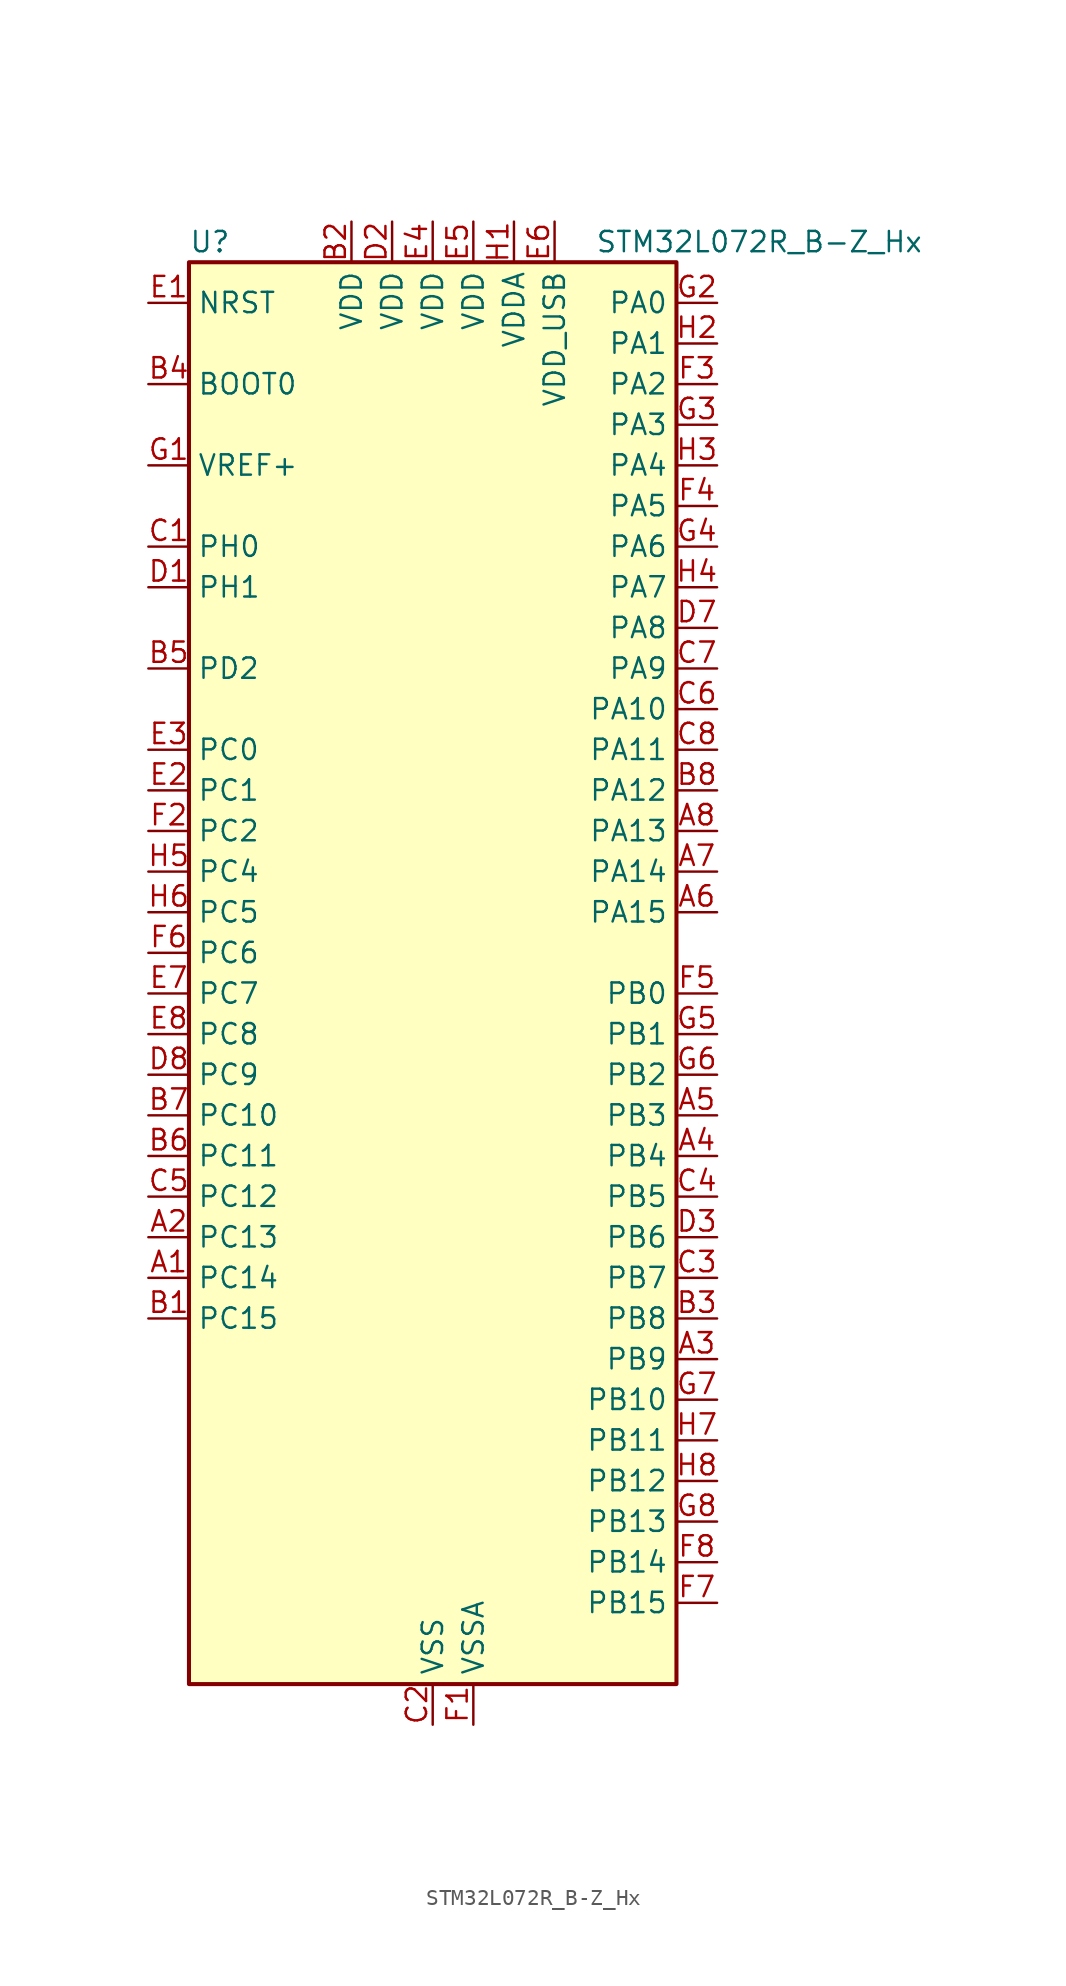
<source format=kicad_sym>
(kicad_symbol_lib
  (version 20231120)
  (generator "kicad_symbol_editor")
  (generator_version "8.0")
  (symbol "STM32L072R_B-Z_Hx"
    (property "Reference" "U"
      (at -15.24 46.99 0)
      (effects (font (size 1.27 1.27)) (justify left)))
    (property "Value" "STM32L072R_B-Z_Hx"
      (at 10.16 46.99 0)
      (effects (font (size 1.27 1.27)) (justify left)))
    (property "ki_locked" ""
      (at 0 0 0)
      (effects (font (size 1.27 1.27))))
    (symbol "STM32L072R_B-Z_Hx_0_1"
      (rectangle (start -15.24 -43.18) (end 15.24 45.72) (stroke (width 0.254) (type default)) (fill (type background))))
    (symbol "STM32L072R_B-Z_Hx_1_1"
      (pin bidirectional line (at -17.78 -17.78 0) (length 2.54) (name "PC14" (effects (font (size 1.27 1.27)))) (number "A1" (effects (font (size 1.27 1.27)))) (alternate "RCC_OSC32_IN" bidirectional line))
      (pin bidirectional line (at -17.78 -15.24 0) (length 2.54) (name "PC13" (effects (font (size 1.27 1.27)))) (number "A2" (effects (font (size 1.27 1.27)))) (alternate "RTC_OUT_ALARM" bidirectional line) (alternate "RTC_OUT_CALIB" bidirectional line) (alternate "RTC_TAMP1" bidirectional line) (alternate "RTC_TS" bidirectional line) (alternate "SYS_WKUP2" bidirectional line))
      (pin bidirectional line (at 17.78 -22.86 180) (length 2.54) (name "PB9" (effects (font (size 1.27 1.27)))) (number "A3" (effects (font (size 1.27 1.27)))) (alternate "DAC_EXTI9" bidirectional line) (alternate "I2C1_SDA" bidirectional line) (alternate "I2S2_WS" bidirectional line) (alternate "SPI2_NSS" bidirectional line))
      (pin bidirectional line (at 17.78 -10.16 180) (length 2.54) (name "PB4" (effects (font (size 1.27 1.27)))) (number "A4" (effects (font (size 1.27 1.27)))) (alternate "COMP2_INP" bidirectional line) (alternate "I2C3_SDA" bidirectional line) (alternate "SPI1_MISO" bidirectional line) (alternate "TIM22_CH1" bidirectional line) (alternate "TIM3_CH1" bidirectional line) (alternate "TSC_G5_IO2" bidirectional line) (alternate "USART1_CTS" bidirectional line) (alternate "USART5_RX" bidirectional line))
      (pin bidirectional line (at 17.78 -7.62 180) (length 2.54) (name "PB3" (effects (font (size 1.27 1.27)))) (number "A5" (effects (font (size 1.27 1.27)))) (alternate "COMP2_INM" bidirectional line) (alternate "SPI1_SCK" bidirectional line) (alternate "TIM2_CH2" bidirectional line) (alternate "TSC_G5_IO1" bidirectional line) (alternate "USART1_DE" bidirectional line) (alternate "USART1_RTS" bidirectional line) (alternate "USART5_TX" bidirectional line))
      (pin bidirectional line (at 17.78 5.08 180) (length 2.54) (name "PA15" (effects (font (size 1.27 1.27)))) (number "A6" (effects (font (size 1.27 1.27)))) (alternate "SPI1_NSS" bidirectional line) (alternate "TIM2_CH1" bidirectional line) (alternate "TIM2_ETR" bidirectional line) (alternate "USART2_RX" bidirectional line) (alternate "USART4_DE" bidirectional line) (alternate "USART4_RTS" bidirectional line))
      (pin bidirectional line (at 17.78 7.62 180) (length 2.54) (name "PA14" (effects (font (size 1.27 1.27)))) (number "A7" (effects (font (size 1.27 1.27)))) (alternate "LPUART1_TX" bidirectional line) (alternate "SYS_SWCLK" bidirectional line) (alternate "USART2_TX" bidirectional line))
      (pin bidirectional line (at 17.78 10.16 180) (length 2.54) (name "PA13" (effects (font (size 1.27 1.27)))) (number "A8" (effects (font (size 1.27 1.27)))) (alternate "LPUART1_RX" bidirectional line) (alternate "SYS_SWDIO" bidirectional line) (alternate "USB_NOE" bidirectional line))
      (pin bidirectional line (at -17.78 -20.32 0) (length 2.54) (name "PC15" (effects (font (size 1.27 1.27)))) (number "B1" (effects (font (size 1.27 1.27)))) (alternate "RCC_OSC32_OUT" bidirectional line))
      (pin power_in line (at -5.08 48.26 270) (length 2.54) (name "VDD" (effects (font (size 1.27 1.27)))) (number "B2" (effects (font (size 1.27 1.27)))))
      (pin bidirectional line (at 17.78 -20.32 180) (length 2.54) (name "PB8" (effects (font (size 1.27 1.27)))) (number "B3" (effects (font (size 1.27 1.27)))) (alternate "I2C1_SCL" bidirectional line) (alternate "TSC_SYNC" bidirectional line))
      (pin input line (at -17.78 38.1 0) (length 2.54) (name "BOOT0" (effects (font (size 1.27 1.27)))) (number "B4" (effects (font (size 1.27 1.27)))))
      (pin bidirectional line (at -17.78 20.32 0) (length 2.54) (name "PD2" (effects (font (size 1.27 1.27)))) (number "B5" (effects (font (size 1.27 1.27)))) (alternate "LPUART1_DE" bidirectional line) (alternate "LPUART1_RTS" bidirectional line) (alternate "TIM3_ETR" bidirectional line) (alternate "USART5_RX" bidirectional line))
      (pin bidirectional line (at -17.78 -10.16 0) (length 2.54) (name "PC11" (effects (font (size 1.27 1.27)))) (number "B6" (effects (font (size 1.27 1.27)))) (alternate "ADC_EXTI11" bidirectional line) (alternate "LPUART1_RX" bidirectional line) (alternate "USART4_RX" bidirectional line))
      (pin bidirectional line (at -17.78 -7.62 0) (length 2.54) (name "PC10" (effects (font (size 1.27 1.27)))) (number "B7" (effects (font (size 1.27 1.27)))) (alternate "LPUART1_TX" bidirectional line) (alternate "USART4_TX" bidirectional line))
      (pin bidirectional line (at 17.78 12.7 180) (length 2.54) (name "PA12" (effects (font (size 1.27 1.27)))) (number "B8" (effects (font (size 1.27 1.27)))) (alternate "COMP2_OUT" bidirectional line) (alternate "SPI1_MOSI" bidirectional line) (alternate "TSC_G4_IO4" bidirectional line) (alternate "USART1_DE" bidirectional line) (alternate "USART1_RTS" bidirectional line) (alternate "USB_DP" bidirectional line))
      (pin bidirectional line (at -17.78 27.94 0) (length 2.54) (name "PH0" (effects (font (size 1.27 1.27)))) (number "C1" (effects (font (size 1.27 1.27)))) (alternate "CRS_SYNC" bidirectional line) (alternate "RCC_OSC_IN" bidirectional line))
      (pin power_in line (at 0 -45.72 90) (length 2.54) (name "VSS" (effects (font (size 1.27 1.27)))) (number "C2" (effects (font (size 1.27 1.27)))))
      (pin bidirectional line (at 17.78 -17.78 180) (length 2.54) (name "PB7" (effects (font (size 1.27 1.27)))) (number "C3" (effects (font (size 1.27 1.27)))) (alternate "COMP2_INP" bidirectional line) (alternate "I2C1_SDA" bidirectional line) (alternate "LPTIM1_IN2" bidirectional line) (alternate "SYS_PVD_IN" bidirectional line) (alternate "TSC_G5_IO4" bidirectional line) (alternate "USART1_RX" bidirectional line) (alternate "USART4_CTS" bidirectional line))
      (pin bidirectional line (at 17.78 -12.7 180) (length 2.54) (name "PB5" (effects (font (size 1.27 1.27)))) (number "C4" (effects (font (size 1.27 1.27)))) (alternate "COMP2_INP" bidirectional line) (alternate "I2C1_SMBA" bidirectional line) (alternate "LPTIM1_IN1" bidirectional line) (alternate "SPI1_MOSI" bidirectional line) (alternate "TIM22_CH2" bidirectional line) (alternate "TIM3_CH2" bidirectional line) (alternate "USART1_CK" bidirectional line) (alternate "USART5_CK" bidirectional line) (alternate "USART5_DE" bidirectional line) (alternate "USART5_RTS" bidirectional line))
      (pin bidirectional line (at -17.78 -12.7 0) (length 2.54) (name "PC12" (effects (font (size 1.27 1.27)))) (number "C5" (effects (font (size 1.27 1.27)))) (alternate "USART4_CK" bidirectional line) (alternate "USART5_TX" bidirectional line))
      (pin bidirectional line (at 17.78 17.78 180) (length 2.54) (name "PA10" (effects (font (size 1.27 1.27)))) (number "C6" (effects (font (size 1.27 1.27)))) (alternate "I2C1_SDA" bidirectional line) (alternate "TSC_G4_IO2" bidirectional line) (alternate "USART1_RX" bidirectional line))
      (pin bidirectional line (at 17.78 20.32 180) (length 2.54) (name "PA9" (effects (font (size 1.27 1.27)))) (number "C7" (effects (font (size 1.27 1.27)))) (alternate "DAC_EXTI9" bidirectional line) (alternate "I2C1_SCL" bidirectional line) (alternate "I2C3_SMBA" bidirectional line) (alternate "RCC_MCO" bidirectional line) (alternate "TSC_G4_IO1" bidirectional line) (alternate "USART1_TX" bidirectional line))
      (pin bidirectional line (at 17.78 15.24 180) (length 2.54) (name "PA11" (effects (font (size 1.27 1.27)))) (number "C8" (effects (font (size 1.27 1.27)))) (alternate "ADC_EXTI11" bidirectional line) (alternate "COMP1_OUT" bidirectional line) (alternate "SPI1_MISO" bidirectional line) (alternate "TSC_G4_IO3" bidirectional line) (alternate "USART1_CTS" bidirectional line) (alternate "USB_DM" bidirectional line))
      (pin bidirectional line (at -17.78 25.4 0) (length 2.54) (name "PH1" (effects (font (size 1.27 1.27)))) (number "D1" (effects (font (size 1.27 1.27)))) (alternate "RCC_OSC_OUT" bidirectional line))
      (pin power_in line (at -2.54 48.26 270) (length 2.54) (name "VDD" (effects (font (size 1.27 1.27)))) (number "D2" (effects (font (size 1.27 1.27)))))
      (pin bidirectional line (at 17.78 -15.24 180) (length 2.54) (name "PB6" (effects (font (size 1.27 1.27)))) (number "D3" (effects (font (size 1.27 1.27)))) (alternate "COMP2_INP" bidirectional line) (alternate "I2C1_SCL" bidirectional line) (alternate "LPTIM1_ETR" bidirectional line) (alternate "TSC_G5_IO3" bidirectional line) (alternate "USART1_TX" bidirectional line))
      (pin passive line (at 0 -45.72 90) (length 2.54) hide (name "VSS" (effects (font (size 1.27 1.27)))) (number "D4" (effects (font (size 1.27 1.27)))))
      (pin passive line (at 0 -45.72 90) (length 2.54) hide (name "VSS" (effects (font (size 1.27 1.27)))) (number "D5" (effects (font (size 1.27 1.27)))))
      (pin passive line (at 0 -45.72 90) (length 2.54) hide (name "VSS" (effects (font (size 1.27 1.27)))) (number "D6" (effects (font (size 1.27 1.27)))))
      (pin bidirectional line (at 17.78 22.86 180) (length 2.54) (name "PA8" (effects (font (size 1.27 1.27)))) (number "D7" (effects (font (size 1.27 1.27)))) (alternate "CRS_SYNC" bidirectional line) (alternate "I2C3_SCL" bidirectional line) (alternate "RCC_MCO" bidirectional line) (alternate "USART1_CK" bidirectional line))
      (pin bidirectional line (at -17.78 -5.08 0) (length 2.54) (name "PC9" (effects (font (size 1.27 1.27)))) (number "D8" (effects (font (size 1.27 1.27)))) (alternate "DAC_EXTI9" bidirectional line) (alternate "I2C3_SDA" bidirectional line) (alternate "TIM21_ETR" bidirectional line) (alternate "TIM3_CH4" bidirectional line) (alternate "TSC_G8_IO4" bidirectional line) (alternate "USB_NOE" bidirectional line))
      (pin input line (at -17.78 43.18 0) (length 2.54) (name "NRST" (effects (font (size 1.27 1.27)))) (number "E1" (effects (font (size 1.27 1.27)))))
      (pin bidirectional line (at -17.78 12.7 0) (length 2.54) (name "PC1" (effects (font (size 1.27 1.27)))) (number "E2" (effects (font (size 1.27 1.27)))) (alternate "ADC_IN11" bidirectional line) (alternate "I2C3_SDA" bidirectional line) (alternate "LPTIM1_OUT" bidirectional line) (alternate "LPUART1_TX" bidirectional line) (alternate "TSC_G7_IO2" bidirectional line))
      (pin bidirectional line (at -17.78 15.24 0) (length 2.54) (name "PC0" (effects (font (size 1.27 1.27)))) (number "E3" (effects (font (size 1.27 1.27)))) (alternate "ADC_IN10" bidirectional line) (alternate "I2C3_SCL" bidirectional line) (alternate "LPTIM1_IN1" bidirectional line) (alternate "LPUART1_RX" bidirectional line) (alternate "TSC_G7_IO1" bidirectional line))
      (pin power_in line (at 0 48.26 270) (length 2.54) (name "VDD" (effects (font (size 1.27 1.27)))) (number "E4" (effects (font (size 1.27 1.27)))))
      (pin power_in line (at 2.54 48.26 270) (length 2.54) (name "VDD" (effects (font (size 1.27 1.27)))) (number "E5" (effects (font (size 1.27 1.27)))))
      (pin power_in line (at 7.62 48.26 270) (length 2.54) (name "VDD_USB" (effects (font (size 1.27 1.27)))) (number "E6" (effects (font (size 1.27 1.27)))))
      (pin bidirectional line (at -17.78 0 0) (length 2.54) (name "PC7" (effects (font (size 1.27 1.27)))) (number "E7" (effects (font (size 1.27 1.27)))) (alternate "TIM22_CH2" bidirectional line) (alternate "TIM3_CH2" bidirectional line) (alternate "TSC_G8_IO2" bidirectional line))
      (pin bidirectional line (at -17.78 -2.54 0) (length 2.54) (name "PC8" (effects (font (size 1.27 1.27)))) (number "E8" (effects (font (size 1.27 1.27)))) (alternate "TIM22_ETR" bidirectional line) (alternate "TIM3_CH3" bidirectional line) (alternate "TSC_G8_IO3" bidirectional line))
      (pin power_in line (at 2.54 -45.72 90) (length 2.54) (name "VSSA" (effects (font (size 1.27 1.27)))) (number "F1" (effects (font (size 1.27 1.27)))))
      (pin bidirectional line (at -17.78 10.16 0) (length 2.54) (name "PC2" (effects (font (size 1.27 1.27)))) (number "F2" (effects (font (size 1.27 1.27)))) (alternate "ADC_IN12" bidirectional line) (alternate "I2S2_MCK" bidirectional line) (alternate "LPTIM1_IN2" bidirectional line) (alternate "SPI2_MISO" bidirectional line) (alternate "TSC_G7_IO3" bidirectional line))
      (pin bidirectional line (at 17.78 38.1 180) (length 2.54) (name "PA2" (effects (font (size 1.27 1.27)))) (number "F3" (effects (font (size 1.27 1.27)))) (alternate "ADC_IN2" bidirectional line) (alternate "COMP2_INM" bidirectional line) (alternate "COMP2_OUT" bidirectional line) (alternate "LPUART1_TX" bidirectional line) (alternate "TIM21_CH1" bidirectional line) (alternate "TIM2_CH3" bidirectional line) (alternate "TSC_G1_IO3" bidirectional line) (alternate "USART2_TX" bidirectional line))
      (pin bidirectional line (at 17.78 30.48 180) (length 2.54) (name "PA5" (effects (font (size 1.27 1.27)))) (number "F4" (effects (font (size 1.27 1.27)))) (alternate "ADC_IN5" bidirectional line) (alternate "COMP1_INM" bidirectional line) (alternate "COMP2_INM" bidirectional line) (alternate "DAC_OUT2" bidirectional line) (alternate "SPI1_SCK" bidirectional line) (alternate "TIM2_CH1" bidirectional line) (alternate "TIM2_ETR" bidirectional line) (alternate "TSC_G2_IO2" bidirectional line))
      (pin bidirectional line (at 17.78 0 180) (length 2.54) (name "PB0" (effects (font (size 1.27 1.27)))) (number "F5" (effects (font (size 1.27 1.27)))) (alternate "ADC_IN8" bidirectional line) (alternate "SYS_VREF_OUT_PB0" bidirectional line) (alternate "TIM3_CH3" bidirectional line) (alternate "TSC_G3_IO2" bidirectional line))
      (pin bidirectional line (at -17.78 2.54 0) (length 2.54) (name "PC6" (effects (font (size 1.27 1.27)))) (number "F6" (effects (font (size 1.27 1.27)))) (alternate "TIM22_CH1" bidirectional line) (alternate "TIM3_CH1" bidirectional line) (alternate "TSC_G8_IO1" bidirectional line))
      (pin bidirectional line (at 17.78 -38.1 180) (length 2.54) (name "PB15" (effects (font (size 1.27 1.27)))) (number "F7" (effects (font (size 1.27 1.27)))) (alternate "I2S2_SD" bidirectional line) (alternate "RTC_REFIN" bidirectional line) (alternate "SPI2_MOSI" bidirectional line))
      (pin bidirectional line (at 17.78 -35.56 180) (length 2.54) (name "PB14" (effects (font (size 1.27 1.27)))) (number "F8" (effects (font (size 1.27 1.27)))) (alternate "I2C2_SDA" bidirectional line) (alternate "I2S2_MCK" bidirectional line) (alternate "LPUART1_DE" bidirectional line) (alternate "LPUART1_RTS" bidirectional line) (alternate "RTC_OUT_ALARM" bidirectional line) (alternate "RTC_OUT_CALIB" bidirectional line) (alternate "SPI2_MISO" bidirectional line) (alternate "TIM21_CH2" bidirectional line) (alternate "TSC_G6_IO4" bidirectional line))
      (pin input line (at -17.78 33.02 0) (length 2.54) (name "VREF+" (effects (font (size 1.27 1.27)))) (number "G1" (effects (font (size 1.27 1.27)))))
      (pin bidirectional line (at 17.78 43.18 180) (length 2.54) (name "PA0" (effects (font (size 1.27 1.27)))) (number "G2" (effects (font (size 1.27 1.27)))) (alternate "ADC_IN0" bidirectional line) (alternate "COMP1_INM" bidirectional line) (alternate "COMP1_OUT" bidirectional line) (alternate "RTC_TAMP2" bidirectional line) (alternate "SYS_WKUP1" bidirectional line) (alternate "TIM2_CH1" bidirectional line) (alternate "TIM2_ETR" bidirectional line) (alternate "TSC_G1_IO1" bidirectional line) (alternate "USART2_CTS" bidirectional line) (alternate "USART4_TX" bidirectional line))
      (pin bidirectional line (at 17.78 35.56 180) (length 2.54) (name "PA3" (effects (font (size 1.27 1.27)))) (number "G3" (effects (font (size 1.27 1.27)))) (alternate "ADC_IN3" bidirectional line) (alternate "COMP2_INP" bidirectional line) (alternate "LPUART1_RX" bidirectional line) (alternate "TIM21_CH2" bidirectional line) (alternate "TIM2_CH4" bidirectional line) (alternate "TSC_G1_IO4" bidirectional line) (alternate "USART2_RX" bidirectional line))
      (pin bidirectional line (at 17.78 27.94 180) (length 2.54) (name "PA6" (effects (font (size 1.27 1.27)))) (number "G4" (effects (font (size 1.27 1.27)))) (alternate "ADC_IN6" bidirectional line) (alternate "COMP1_OUT" bidirectional line) (alternate "LPUART1_CTS" bidirectional line) (alternate "SPI1_MISO" bidirectional line) (alternate "TIM22_CH1" bidirectional line) (alternate "TIM3_CH1" bidirectional line) (alternate "TSC_G2_IO3" bidirectional line))
      (pin bidirectional line (at 17.78 -2.54 180) (length 2.54) (name "PB1" (effects (font (size 1.27 1.27)))) (number "G5" (effects (font (size 1.27 1.27)))) (alternate "ADC_IN9" bidirectional line) (alternate "LPUART1_DE" bidirectional line) (alternate "LPUART1_RTS" bidirectional line) (alternate "SYS_VREF_OUT_PB1" bidirectional line) (alternate "TIM3_CH4" bidirectional line) (alternate "TSC_G3_IO3" bidirectional line))
      (pin bidirectional line (at 17.78 -5.08 180) (length 2.54) (name "PB2" (effects (font (size 1.27 1.27)))) (number "G6" (effects (font (size 1.27 1.27)))) (alternate "I2C3_SMBA" bidirectional line) (alternate "LPTIM1_OUT" bidirectional line) (alternate "TSC_G3_IO4" bidirectional line))
      (pin bidirectional line (at 17.78 -25.4 180) (length 2.54) (name "PB10" (effects (font (size 1.27 1.27)))) (number "G7" (effects (font (size 1.27 1.27)))) (alternate "I2C2_SCL" bidirectional line) (alternate "LPUART1_RX" bidirectional line) (alternate "LPUART1_TX" bidirectional line) (alternate "SPI2_SCK" bidirectional line) (alternate "TIM2_CH3" bidirectional line) (alternate "TSC_SYNC" bidirectional line))
      (pin bidirectional line (at 17.78 -33.02 180) (length 2.54) (name "PB13" (effects (font (size 1.27 1.27)))) (number "G8" (effects (font (size 1.27 1.27)))) (alternate "I2C2_SCL" bidirectional line) (alternate "I2S2_CK" bidirectional line) (alternate "LPUART1_CTS" bidirectional line) (alternate "RCC_MCO" bidirectional line) (alternate "SPI2_SCK" bidirectional line) (alternate "TIM21_CH1" bidirectional line) (alternate "TSC_G6_IO3" bidirectional line))
      (pin power_in line (at 5.08 48.26 270) (length 2.54) (name "VDDA" (effects (font (size 1.27 1.27)))) (number "H1" (effects (font (size 1.27 1.27)))))
      (pin bidirectional line (at 17.78 40.64 180) (length 2.54) (name "PA1" (effects (font (size 1.27 1.27)))) (number "H2" (effects (font (size 1.27 1.27)))) (alternate "ADC_IN1" bidirectional line) (alternate "COMP1_INP" bidirectional line) (alternate "TIM21_ETR" bidirectional line) (alternate "TIM2_CH2" bidirectional line) (alternate "TSC_G1_IO2" bidirectional line) (alternate "USART2_DE" bidirectional line) (alternate "USART2_RTS" bidirectional line) (alternate "USART4_RX" bidirectional line))
      (pin bidirectional line (at 17.78 33.02 180) (length 2.54) (name "PA4" (effects (font (size 1.27 1.27)))) (number "H3" (effects (font (size 1.27 1.27)))) (alternate "ADC_IN4" bidirectional line) (alternate "COMP1_INM" bidirectional line) (alternate "COMP2_INM" bidirectional line) (alternate "DAC_OUT1" bidirectional line) (alternate "SPI1_NSS" bidirectional line) (alternate "TIM22_ETR" bidirectional line) (alternate "TSC_G2_IO1" bidirectional line) (alternate "USART2_CK" bidirectional line))
      (pin bidirectional line (at 17.78 25.4 180) (length 2.54) (name "PA7" (effects (font (size 1.27 1.27)))) (number "H4" (effects (font (size 1.27 1.27)))) (alternate "ADC_IN7" bidirectional line) (alternate "COMP2_OUT" bidirectional line) (alternate "SPI1_MOSI" bidirectional line) (alternate "TIM22_CH2" bidirectional line) (alternate "TIM3_CH2" bidirectional line) (alternate "TSC_G2_IO4" bidirectional line))
      (pin bidirectional line (at -17.78 7.62 0) (length 2.54) (name "PC4" (effects (font (size 1.27 1.27)))) (number "H5" (effects (font (size 1.27 1.27)))) (alternate "ADC_IN14" bidirectional line) (alternate "LPUART1_TX" bidirectional line))
      (pin bidirectional line (at -17.78 5.08 0) (length 2.54) (name "PC5" (effects (font (size 1.27 1.27)))) (number "H6" (effects (font (size 1.27 1.27)))) (alternate "ADC_IN15" bidirectional line) (alternate "LPUART1_RX" bidirectional line) (alternate "TSC_G3_IO1" bidirectional line))
      (pin bidirectional line (at 17.78 -27.94 180) (length 2.54) (name "PB11" (effects (font (size 1.27 1.27)))) (number "H7" (effects (font (size 1.27 1.27)))) (alternate "ADC_EXTI11" bidirectional line) (alternate "I2C2_SDA" bidirectional line) (alternate "LPUART1_RX" bidirectional line) (alternate "LPUART1_TX" bidirectional line) (alternate "TIM2_CH4" bidirectional line) (alternate "TSC_G6_IO1" bidirectional line))
      (pin bidirectional line (at 17.78 -30.48 180) (length 2.54) (name "PB12" (effects (font (size 1.27 1.27)))) (number "H8" (effects (font (size 1.27 1.27)))) (alternate "I2S2_WS" bidirectional line) (alternate "LPUART1_DE" bidirectional line) (alternate "LPUART1_RTS" bidirectional line) (alternate "SPI2_NSS" bidirectional line) (alternate "TSC_G6_IO2" bidirectional line)))))
</source>
